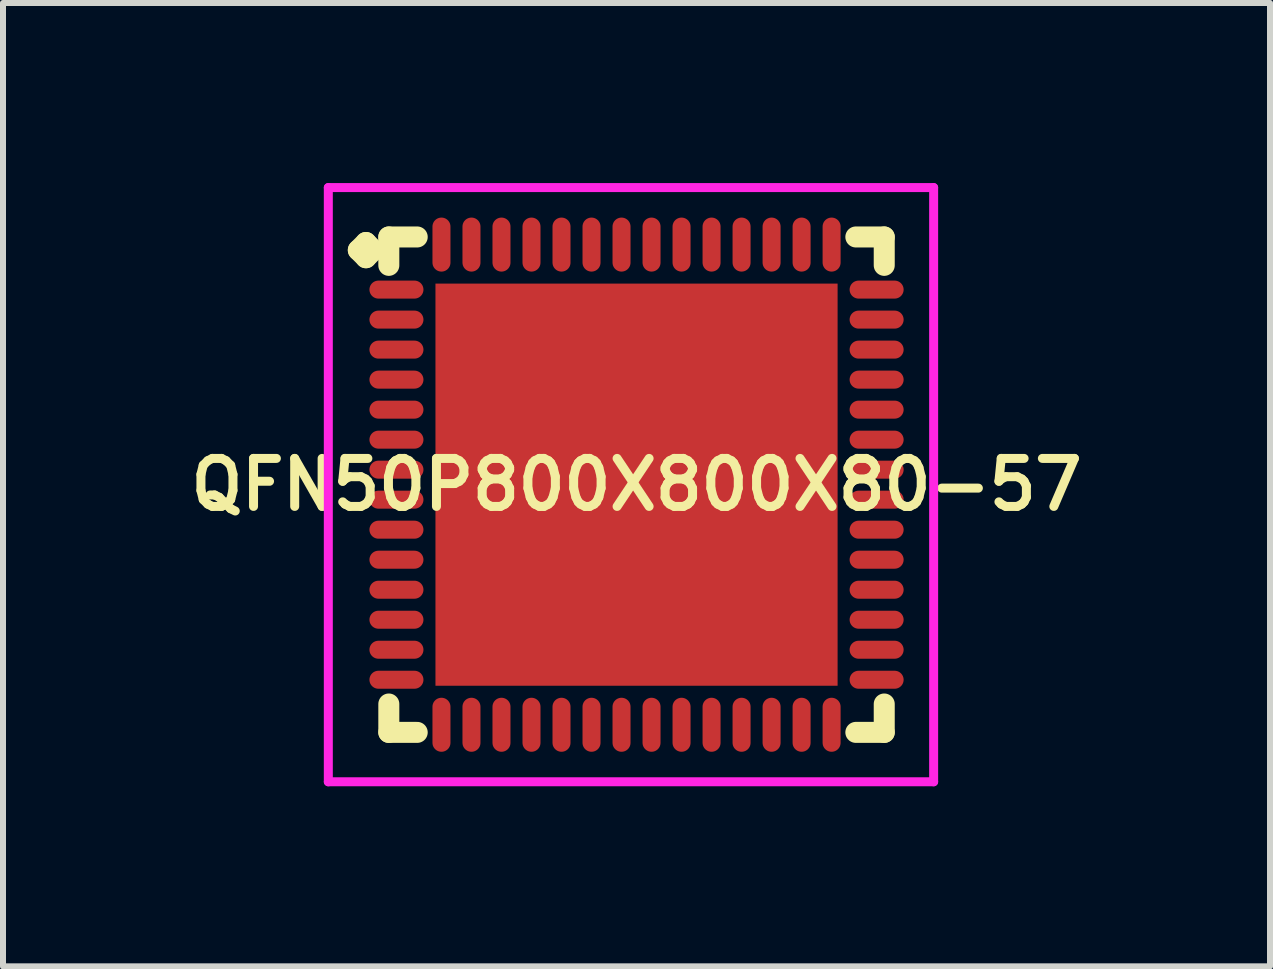
<source format=kicad_pcb>
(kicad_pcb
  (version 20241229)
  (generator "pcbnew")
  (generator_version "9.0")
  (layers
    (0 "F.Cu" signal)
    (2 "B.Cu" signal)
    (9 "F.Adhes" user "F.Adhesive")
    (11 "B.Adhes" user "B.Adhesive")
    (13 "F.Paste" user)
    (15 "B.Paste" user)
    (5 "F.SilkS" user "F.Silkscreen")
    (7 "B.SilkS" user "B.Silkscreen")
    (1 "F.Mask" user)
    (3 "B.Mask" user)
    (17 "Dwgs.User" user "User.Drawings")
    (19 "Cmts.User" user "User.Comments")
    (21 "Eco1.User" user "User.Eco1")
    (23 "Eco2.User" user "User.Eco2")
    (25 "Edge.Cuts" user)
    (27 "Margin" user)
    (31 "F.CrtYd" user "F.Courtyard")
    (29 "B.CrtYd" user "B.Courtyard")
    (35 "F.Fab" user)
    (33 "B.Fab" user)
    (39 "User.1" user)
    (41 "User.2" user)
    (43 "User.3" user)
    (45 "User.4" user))
  (footprint "QFN50P800X800X80-57"
    (layer "F.Cu")
    (at 7.555 5.025)
    (property "Reference" "QFN50P800X800X80-57" (at 0 0 0) (layer "F.SilkS") (effects (font (size 0.8 0.8) (thickness 0.15))))
    (attr smd)
    (fp_line (start -4.635 -3.908) (end -4.508 -4.035) (stroke (width 0.35) (type solid)) (layer "F.SilkS"))
    (fp_line (start -4.508 -4.035) (end -4.381 -3.908) (stroke (width 0.35) (type solid)) (layer "F.SilkS"))
    (fp_line (start -4.508 -3.781) (end -4.635 -3.908) (stroke (width 0.35) (type solid)) (layer "F.SilkS"))
    (fp_line (start -4.381 -3.908) (end -4.508 -3.781) (stroke (width 0.35) (type solid)) (layer "F.SilkS"))
    (fp_line (start -4.127 -4.127) (end -3.654 -4.127) (stroke (width 0.35) (type solid)) (layer "F.SilkS"))
    (fp_line (start -4.127 -3.654) (end -4.127 -4.127) (stroke (width 0.35) (type solid)) (layer "F.SilkS"))
    (fp_line (start -4.127 3.654) (end -4.127 4.127) (stroke (width 0.35) (type solid)) (layer "F.SilkS"))
    (fp_line (start -4.127 4.127) (end -3.654 4.127) (stroke (width 0.35) (type solid)) (layer "F.SilkS"))
    (fp_line (start 3.654 -4.127) (end 4.127 -4.127) (stroke (width 0.35) (type solid)) (layer "F.SilkS"))
    (fp_line (start 3.654 4.127) (end 4.127 4.127) (stroke (width 0.35) (type solid)) (layer "F.SilkS"))
    (fp_line (start 4.127 -4.127) (end 4.127 -3.654) (stroke (width 0.35) (type solid)) (layer "F.SilkS"))
    (fp_line (start 4.127 4.127) (end 4.127 3.654) (stroke (width 0.35) (type solid)) (layer "F.SilkS"))
    (fp_line (start -5.135 -4.95) (end 4.95 -4.95) (stroke (width 0.15) (type solid)) (layer "F.CrtYd"))
    (fp_line (start -5.135 4.95) (end -5.135 -4.95) (stroke (width 0.15) (type solid)) (layer "F.CrtYd"))
    (fp_line (start 4.95 -4.95) (end 4.95 4.95) (stroke (width 0.15) (type solid)) (layer "F.CrtYd"))
    (fp_line (start 4.95 4.95) (end -5.135 4.95) (stroke (width 0.15) (type solid)) (layer "F.CrtYd"))
    (pad "1" smd oval (at -4 -3.25) (size 0.9 0.3) (layers "F.Cu" "F.Mask" "F.Paste"))
    (pad "2" smd oval (at -4 -2.75) (size 0.9 0.3) (layers "F.Cu" "F.Mask" "F.Paste"))
    (pad "3" smd oval (at -4 -2.25) (size 0.9 0.3) (layers "F.Cu" "F.Mask" "F.Paste"))
    (pad "4" smd oval (at -4 -1.75) (size 0.9 0.3) (layers "F.Cu" "F.Mask" "F.Paste"))
    (pad "5" smd oval (at -4 -1.25) (size 0.9 0.3) (layers "F.Cu" "F.Mask" "F.Paste"))
    (pad "6" smd oval (at -4 -0.75) (size 0.9 0.3) (layers "F.Cu" "F.Mask" "F.Paste"))
    (pad "7" smd oval (at -4 -0.25) (size 0.9 0.3) (layers "F.Cu" "F.Mask" "F.Paste"))
    (pad "8" smd oval (at -4 0.25) (size 0.9 0.3) (layers "F.Cu" "F.Mask" "F.Paste"))
    (pad "9" smd oval (at -4 0.75) (size 0.9 0.3) (layers "F.Cu" "F.Mask" "F.Paste"))
    (pad "10" smd oval (at -4 1.25) (size 0.9 0.3) (layers "F.Cu" "F.Mask" "F.Paste"))
    (pad "11" smd oval (at -4 1.75) (size 0.9 0.3) (layers "F.Cu" "F.Mask" "F.Paste"))
    (pad "12" smd oval (at -4 2.25) (size 0.9 0.3) (layers "F.Cu" "F.Mask" "F.Paste"))
    (pad "13" smd oval (at -4 2.75) (size 0.9 0.3) (layers "F.Cu" "F.Mask" "F.Paste"))
    (pad "14" smd oval (at -4 3.25) (size 0.9 0.3) (layers "F.Cu" "F.Mask" "F.Paste"))
    (pad "15" smd oval (at -3.25 4) (size 0.3 0.9) (layers "F.Cu" "F.Mask" "F.Paste"))
    (pad "16" smd oval (at -2.75 4) (size 0.3 0.9) (layers "F.Cu" "F.Mask" "F.Paste"))
    (pad "17" smd oval (at -2.25 4) (size 0.3 0.9) (layers "F.Cu" "F.Mask" "F.Paste"))
    (pad "18" smd oval (at -1.75 4) (size 0.3 0.9) (layers "F.Cu" "F.Mask" "F.Paste"))
    (pad "19" smd oval (at -1.25 4) (size 0.3 0.9) (layers "F.Cu" "F.Mask" "F.Paste"))
    (pad "20" smd oval (at -0.75 4) (size 0.3 0.9) (layers "F.Cu" "F.Mask" "F.Paste"))
    (pad "21" smd oval (at -0.25 4) (size 0.3 0.9) (layers "F.Cu" "F.Mask" "F.Paste"))
    (pad "22" smd oval (at 0.25 4) (size 0.3 0.9) (layers "F.Cu" "F.Mask" "F.Paste"))
    (pad "23" smd oval (at 0.75 4) (size 0.3 0.9) (layers "F.Cu" "F.Mask" "F.Paste"))
    (pad "24" smd oval (at 1.25 4) (size 0.3 0.9) (layers "F.Cu" "F.Mask" "F.Paste"))
    (pad "25" smd oval (at 1.75 4) (size 0.3 0.9) (layers "F.Cu" "F.Mask" "F.Paste"))
    (pad "26" smd oval (at 2.25 4) (size 0.3 0.9) (layers "F.Cu" "F.Mask" "F.Paste"))
    (pad "27" smd oval (at 2.75 4) (size 0.3 0.9) (layers "F.Cu" "F.Mask" "F.Paste"))
    (pad "28" smd oval (at 3.25 4) (size 0.3 0.9) (layers "F.Cu" "F.Mask" "F.Paste"))
    (pad "29" smd oval (at 4 3.25) (size 0.9 0.3) (layers "F.Cu" "F.Mask" "F.Paste"))
    (pad "30" smd oval (at 4 2.75) (size 0.9 0.3) (layers "F.Cu" "F.Mask" "F.Paste"))
    (pad "31" smd oval (at 4 2.25) (size 0.9 0.3) (layers "F.Cu" "F.Mask" "F.Paste"))
    (pad "32" smd oval (at 4 1.75) (size 0.9 0.3) (layers "F.Cu" "F.Mask" "F.Paste"))
    (pad "33" smd oval (at 4 1.25) (size 0.9 0.3) (layers "F.Cu" "F.Mask" "F.Paste"))
    (pad "34" smd oval (at 4 0.75) (size 0.9 0.3) (layers "F.Cu" "F.Mask" "F.Paste"))
    (pad "35" smd oval (at 4 0.25) (size 0.9 0.3) (layers "F.Cu" "F.Mask" "F.Paste"))
    (pad "36" smd oval (at 4 -0.25) (size 0.9 0.3) (layers "F.Cu" "F.Mask" "F.Paste"))
    (pad "37" smd oval (at 4 -0.75) (size 0.9 0.3) (layers "F.Cu" "F.Mask" "F.Paste"))
    (pad "38" smd oval (at 4 -1.25) (size 0.9 0.3) (layers "F.Cu" "F.Mask" "F.Paste"))
    (pad "39" smd oval (at 4 -1.75) (size 0.9 0.3) (layers "F.Cu" "F.Mask" "F.Paste"))
    (pad "40" smd oval (at 4 -2.25) (size 0.9 0.3) (layers "F.Cu" "F.Mask" "F.Paste"))
    (pad "41" smd oval (at 4 -2.75) (size 0.9 0.3) (layers "F.Cu" "F.Mask" "F.Paste"))
    (pad "42" smd oval (at 4 -3.25) (size 0.9 0.3) (layers "F.Cu" "F.Mask" "F.Paste"))
    (pad "43" smd oval (at 3.25 -4) (size 0.3 0.9) (layers "F.Cu" "F.Mask" "F.Paste"))
    (pad "44" smd oval (at 2.75 -4) (size 0.3 0.9) (layers "F.Cu" "F.Mask" "F.Paste"))
    (pad "45" smd oval (at 2.25 -4) (size 0.3 0.9) (layers "F.Cu" "F.Mask" "F.Paste"))
    (pad "46" smd oval (at 1.75 -4) (size 0.3 0.9) (layers "F.Cu" "F.Mask" "F.Paste"))
    (pad "47" smd oval (at 1.25 -4) (size 0.3 0.9) (layers "F.Cu" "F.Mask" "F.Paste"))
    (pad "48" smd oval (at 0.75 -4) (size 0.3 0.9) (layers "F.Cu" "F.Mask" "F.Paste"))
    (pad "49" smd oval (at 0.25 -4) (size 0.3 0.9) (layers "F.Cu" "F.Mask" "F.Paste"))
    (pad "50" smd oval (at -0.25 -4) (size 0.3 0.9) (layers "F.Cu" "F.Mask" "F.Paste"))
    (pad "51" smd oval (at -0.75 -4) (size 0.3 0.9) (layers "F.Cu" "F.Mask" "F.Paste"))
    (pad "52" smd oval (at -1.25 -4) (size 0.3 0.9) (layers "F.Cu" "F.Mask" "F.Paste"))
    (pad "53" smd oval (at -1.75 -4) (size 0.3 0.9) (layers "F.Cu" "F.Mask" "F.Paste"))
    (pad "54" smd oval (at -2.25 -4) (size 0.3 0.9) (layers "F.Cu" "F.Mask" "F.Paste"))
    (pad "55" smd oval (at -2.75 -4) (size 0.3 0.9) (layers "F.Cu" "F.Mask" "F.Paste"))
    (pad "56" smd oval (at -3.25 -4) (size 0.3 0.9) (layers "F.Cu" "F.Mask" "F.Paste"))
    (pad "57" smd rect (at 0 0) (size 6.7 6.7) (layers "F.Cu" "F.Mask" "F.Paste")))
  (gr_rect
    (start -3 -3)
    (end 18.109 13.05)
    (stroke (width 0.1) (type default))
    (fill no)
    (layer "Edge.Cuts")))
</source>
